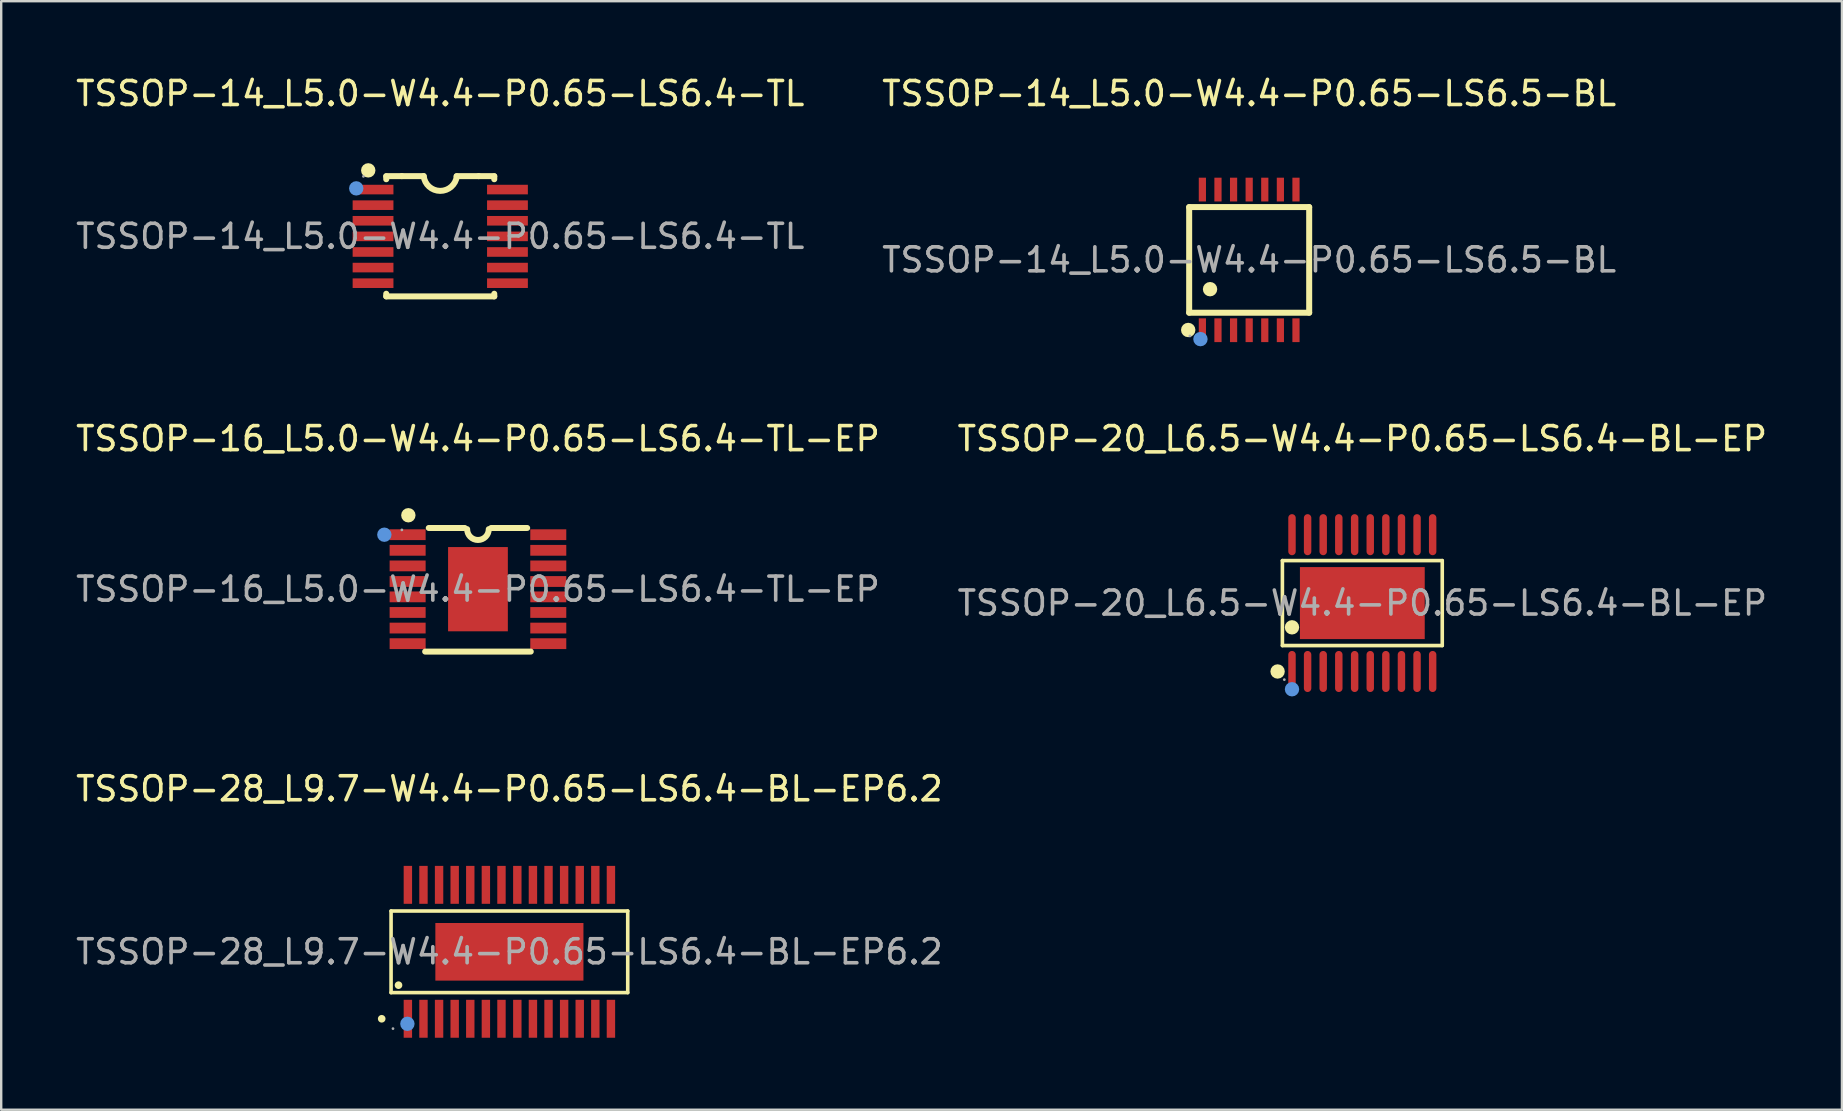
<source format=kicad_pcb>
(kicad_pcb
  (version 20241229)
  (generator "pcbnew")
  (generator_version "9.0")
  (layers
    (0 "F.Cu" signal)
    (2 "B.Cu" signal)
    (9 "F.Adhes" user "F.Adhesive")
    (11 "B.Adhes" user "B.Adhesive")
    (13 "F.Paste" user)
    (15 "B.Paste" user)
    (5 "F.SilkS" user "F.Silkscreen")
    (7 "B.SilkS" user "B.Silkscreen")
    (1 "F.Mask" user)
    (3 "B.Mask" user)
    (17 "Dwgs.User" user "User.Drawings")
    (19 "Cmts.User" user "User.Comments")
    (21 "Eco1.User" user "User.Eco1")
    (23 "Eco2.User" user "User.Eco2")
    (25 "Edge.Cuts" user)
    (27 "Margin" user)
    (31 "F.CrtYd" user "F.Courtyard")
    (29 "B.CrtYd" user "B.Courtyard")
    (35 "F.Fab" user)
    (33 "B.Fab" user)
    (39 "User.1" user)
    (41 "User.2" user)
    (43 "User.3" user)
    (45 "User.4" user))
  (footprint "TSSOP-16_L5.0-W4.4-P0.65-LS6.4-TL-EP"
    (layer "F.Cu")
    (at 16.863 21.497)
    (property "Reference" "TSSOP-16_L5.0-W4.4-P0.65-LS6.4-TL-EP" (at 0 -6.27 0) (layer "F.SilkS") (effects (font (size 1 1) (thickness 0.15))))
    (attr through_hole)
    (fp_line (start -2.05 -2.55) (end -0.55 -2.55) (stroke (width 0.25) (type solid)) (layer "F.SilkS"))
    (fp_line (start 2.05 -2.55) (end 0.55 -2.55) (stroke (width 0.25) (type solid)) (layer "F.SilkS"))
    (fp_line (start 2.2 2.6) (end -2.2 2.6) (stroke (width 0.25) (type solid)) (layer "F.SilkS"))
    (fp_arc (start 0.45 -2.5) (mid 0 -2.05) (end -0.45 -2.5) (stroke (width 0.25) (type solid)) (layer "F.SilkS"))
    (fp_circle (center -2.9 -3.08) (end -2.75 -3.08) (stroke (width 0.3) (type solid)) (fill no) (layer "F.SilkS"))
    (fp_circle (center -3.9 -2.27) (end -3.75 -2.27) (stroke (width 0.3) (type solid)) (fill no) (layer "Cmts.User"))
    (fp_circle (center -3.17 -2.47) (end -3.14 -2.47) (stroke (width 0.06) (type solid)) (fill no) (layer "F.Fab"))
    (fp_text user "${REFERENCE}" (at 0 0 0) (layer "F.Fab") (effects (font (size 1 1) (thickness 0.15))))
    (pad "1" smd rect (at -2.93 -2.27) (size 1.5 0.45) (layers "F.Cu" "F.Mask" "F.Paste"))
    (pad "2" smd rect (at -2.93 -1.62) (size 1.5 0.45) (layers "F.Cu" "F.Mask" "F.Paste"))
    (pad "3" smd rect (at -2.93 -0.97) (size 1.5 0.45) (layers "F.Cu" "F.Mask" "F.Paste"))
    (pad "4" smd rect (at -2.93 -0.32) (size 1.5 0.45) (layers "F.Cu" "F.Mask" "F.Paste"))
    (pad "5" smd rect (at -2.93 0.32) (size 1.5 0.45) (layers "F.Cu" "F.Mask" "F.Paste"))
    (pad "6" smd rect (at -2.93 0.97) (size 1.5 0.45) (layers "F.Cu" "F.Mask" "F.Paste"))
    (pad "7" smd rect (at -2.93 1.62) (size 1.5 0.45) (layers "F.Cu" "F.Mask" "F.Paste"))
    (pad "8" smd rect (at -2.93 2.27) (size 1.5 0.45) (layers "F.Cu" "F.Mask" "F.Paste"))
    (pad "9" smd rect (at 2.93 2.27) (size 1.5 0.45) (layers "F.Cu" "F.Mask" "F.Paste"))
    (pad "10" smd rect (at 2.93 1.62) (size 1.5 0.45) (layers "F.Cu" "F.Mask" "F.Paste"))
    (pad "11" smd rect (at 2.93 0.97) (size 1.5 0.45) (layers "F.Cu" "F.Mask" "F.Paste"))
    (pad "12" smd rect (at 2.93 0.32) (size 1.5 0.45) (layers "F.Cu" "F.Mask" "F.Paste"))
    (pad "13" smd rect (at 2.93 -0.32) (size 1.5 0.45) (layers "F.Cu" "F.Mask" "F.Paste"))
    (pad "14" smd rect (at 2.93 -0.97) (size 1.5 0.45) (layers "F.Cu" "F.Mask" "F.Paste"))
    (pad "15" smd rect (at 2.93 -1.62) (size 1.5 0.45) (layers "F.Cu" "F.Mask" "F.Paste"))
    (pad "16" smd rect (at 2.93 -2.27) (size 1.5 0.45) (layers "F.Cu" "F.Mask" "F.Paste"))
    (pad "17" smd rect (at 0 0) (size 2.49 3.51) (layers "F.Cu" "F.Mask" "F.Paste")))
  (footprint "TSSOP-14_L5.0-W4.4-P0.65-LS6.5-BL"
    (layer "F.Cu")
    (at 48.994 7.778)
    (property "Reference" "TSSOP-14_L5.0-W4.4-P0.65-LS6.5-BL" (at 0 -6.93 0) (layer "F.SilkS") (effects (font (size 1 1) (thickness 0.15))))
    (attr through_hole)
    (fp_line (start -2.5 2.2) (end -2.5 -2.2) (stroke (width 0.25) (type solid)) (layer "F.SilkS"))
    (fp_line (start -2.5 2.2) (end 2.5 2.2) (stroke (width 0.25) (type solid)) (layer "F.SilkS"))
    (fp_line (start 2.5 -2.2) (end -2.5 -2.2) (stroke (width 0.25) (type solid)) (layer "F.SilkS"))
    (fp_line (start 2.5 -2.2) (end 2.5 2.2) (stroke (width 0.25) (type solid)) (layer "F.SilkS"))
    (fp_circle (center -2.54 2.92) (end -2.39 2.92) (stroke (width 0.3) (type solid)) (fill no) (layer "F.SilkS"))
    (fp_circle (center -1.63 1.22) (end -1.48 1.22) (stroke (width 0.3) (type solid)) (fill no) (layer "F.SilkS"))
    (fp_circle (center -2.03 3.3) (end -1.88 3.3) (stroke (width 0.3) (type solid)) (fill no) (layer "Cmts.User"))
    (fp_circle (center -2.47 3.17) (end -2.44 3.17) (stroke (width 0.06) (type solid)) (fill no) (layer "F.Fab"))
    (fp_text user "${REFERENCE}" (at 0 0 0) (layer "F.Fab") (effects (font (size 1 1) (thickness 0.15))))
    (pad "1" smd rect (at -1.95 2.93) (size 0.3 0.99) (layers "F.Cu" "F.Mask" "F.Paste"))
    (pad "2" smd rect (at -1.3 2.93) (size 0.3 0.99) (layers "F.Cu" "F.Mask" "F.Paste"))
    (pad "3" smd rect (at -0.65 2.93) (size 0.3 0.99) (layers "F.Cu" "F.Mask" "F.Paste"))
    (pad "4" smd rect (at 0 2.93) (size 0.3 0.99) (layers "F.Cu" "F.Mask" "F.Paste"))
    (pad "5" smd rect (at 0.65 2.93) (size 0.3 0.99) (layers "F.Cu" "F.Mask" "F.Paste"))
    (pad "6" smd rect (at 1.3 2.93) (size 0.3 0.99) (layers "F.Cu" "F.Mask" "F.Paste"))
    (pad "7" smd rect (at 1.95 2.93) (size 0.3 0.99) (layers "F.Cu" "F.Mask" "F.Paste"))
    (pad "8" smd rect (at 1.95 -2.93) (size 0.3 0.99) (layers "F.Cu" "F.Mask" "F.Paste"))
    (pad "9" smd rect (at 1.3 -2.93) (size 0.3 0.99) (layers "F.Cu" "F.Mask" "F.Paste"))
    (pad "10" smd rect (at 0.65 -2.93) (size 0.3 0.99) (layers "F.Cu" "F.Mask" "F.Paste"))
    (pad "11" smd rect (at 0 -2.93) (size 0.3 0.99) (layers "F.Cu" "F.Mask" "F.Paste"))
    (pad "12" smd rect (at -0.65 -2.93) (size 0.3 0.99) (layers "F.Cu" "F.Mask" "F.Paste"))
    (pad "13" smd rect (at -1.3 -2.93) (size 0.3 0.99) (layers "F.Cu" "F.Mask" "F.Paste"))
    (pad "14" smd rect (at -1.95 -2.93) (size 0.3 0.99) (layers "F.Cu" "F.Mask" "F.Paste")))
  (footprint "TSSOP-20_L6.5-W4.4-P0.65-LS6.4-BL-EP"
    (layer "F.Cu")
    (at 53.708 22.076)
    (property "Reference" "TSSOP-20_L6.5-W4.4-P0.65-LS6.4-BL-EP" (at 0 -6.85 0) (layer "F.SilkS") (effects (font (size 1 1) (thickness 0.15))))
    (attr through_hole)
    (fp_line (start -3.33 -1.77) (end 3.33 -1.77) (stroke (width 0.15) (type solid)) (layer "F.SilkS"))
    (fp_line (start -3.33 1.77) (end -3.33 -1.77) (stroke (width 0.15) (type solid)) (layer "F.SilkS"))
    (fp_line (start 3.33 -1.77) (end 3.33 1.77) (stroke (width 0.15) (type solid)) (layer "F.SilkS"))
    (fp_line (start 3.33 1.77) (end -3.33 1.77) (stroke (width 0.15) (type solid)) (layer "F.SilkS"))
    (fp_circle (center -3.53 2.85) (end -3.38 2.85) (stroke (width 0.3) (type solid)) (fill no) (layer "F.SilkS"))
    (fp_circle (center -2.93 1.01) (end -2.78 1.01) (stroke (width 0.3) (type solid)) (fill no) (layer "F.SilkS"))
    (fp_circle (center -2.93 3.59) (end -2.78 3.59) (stroke (width 0.3) (type solid)) (fill no) (layer "Cmts.User"))
    (fp_circle (center -3.25 3.19) (end -3.22 3.19) (stroke (width 0.06) (type solid)) (fill no) (layer "F.Fab"))
    (fp_text user "${REFERENCE}" (at 0 0 0) (layer "F.Fab") (effects (font (size 1 1) (thickness 0.15))))
    (pad "1" smd oval (at -2.93 2.85) (size 0.31 1.71) (layers "F.Cu" "F.Mask" "F.Paste"))
    (pad "2" smd oval (at -2.28 2.85) (size 0.31 1.71) (layers "F.Cu" "F.Mask" "F.Paste"))
    (pad "3" smd oval (at -1.63 2.85) (size 0.31 1.71) (layers "F.Cu" "F.Mask" "F.Paste"))
    (pad "4" smd oval (at -0.98 2.85) (size 0.31 1.71) (layers "F.Cu" "F.Mask" "F.Paste"))
    (pad "5" smd oval (at -0.32 2.85) (size 0.31 1.71) (layers "F.Cu" "F.Mask" "F.Paste"))
    (pad "6" smd oval (at 0.33 2.85) (size 0.31 1.71) (layers "F.Cu" "F.Mask" "F.Paste"))
    (pad "7" smd oval (at 0.98 2.85) (size 0.31 1.71) (layers "F.Cu" "F.Mask" "F.Paste"))
    (pad "8" smd oval (at 1.63 2.85) (size 0.31 1.71) (layers "F.Cu" "F.Mask" "F.Paste"))
    (pad "9" smd oval (at 2.28 2.85) (size 0.31 1.71) (layers "F.Cu" "F.Mask" "F.Paste"))
    (pad "10" smd oval (at 2.93 2.85) (size 0.31 1.71) (layers "F.Cu" "F.Mask" "F.Paste"))
    (pad "11" smd oval (at 2.93 -2.85) (size 0.31 1.71) (layers "F.Cu" "F.Mask" "F.Paste"))
    (pad "12" smd oval (at 2.28 -2.85) (size 0.31 1.71) (layers "F.Cu" "F.Mask" "F.Paste"))
    (pad "13" smd oval (at 1.63 -2.85) (size 0.31 1.71) (layers "F.Cu" "F.Mask" "F.Paste"))
    (pad "14" smd oval (at 0.98 -2.85) (size 0.31 1.71) (layers "F.Cu" "F.Mask" "F.Paste"))
    (pad "15" smd oval (at 0.33 -2.85) (size 0.31 1.71) (layers "F.Cu" "F.Mask" "F.Paste"))
    (pad "16" smd oval (at -0.32 -2.85) (size 0.31 1.71) (layers "F.Cu" "F.Mask" "F.Paste"))
    (pad "17" smd oval (at -0.98 -2.85) (size 0.31 1.71) (layers "F.Cu" "F.Mask" "F.Paste"))
    (pad "18" smd oval (at -1.63 -2.85) (size 0.31 1.71) (layers "F.Cu" "F.Mask" "F.Paste"))
    (pad "19" smd oval (at -2.28 -2.85) (size 0.31 1.71) (layers "F.Cu" "F.Mask" "F.Paste"))
    (pad "20" smd oval (at -2.93 -2.85) (size 0.31 1.71) (layers "F.Cu" "F.Mask" "F.Paste"))
    (pad "21" smd rect (at 0 0) (size 5.2 3) (layers "F.Cu" "F.Mask" "F.Paste")))
  (footprint "TSSOP-14_L5.0-W4.4-P0.65-LS6.4-TL"
    (layer "F.Cu")
    (at 15.292 6.798)
    (property "Reference" "TSSOP-14_L5.0-W4.4-P0.65-LS6.4-TL" (at 0 -5.95 0) (layer "F.SilkS") (effects (font (size 1 1) (thickness 0.15))))
    (attr through_hole)
    (fp_line (start -2.25 -2.38) (end -2.25 -2.5) (stroke (width 0.25) (type solid)) (layer "F.SilkS"))
    (fp_line (start -2.25 2.5) (end -2.25 2.39) (stroke (width 0.25) (type solid)) (layer "F.SilkS"))
    (fp_line (start -1.6 -2.51) (end -2.25 -2.51) (stroke (width 0.25) (type solid)) (layer "F.SilkS"))
    (fp_line (start -1.6 -2.51) (end -0.69 -2.51) (stroke (width 0.25) (type solid)) (layer "F.SilkS"))
    (fp_line (start 0.68 -2.51) (end 1.6 -2.51) (stroke (width 0.25) (type solid)) (layer "F.SilkS"))
    (fp_line (start 1.6 -2.51) (end 2.25 -2.51) (stroke (width 0.25) (type solid)) (layer "F.SilkS"))
    (fp_line (start 2.25 -2.5) (end 2.25 -2.38) (stroke (width 0.25) (type solid)) (layer "F.SilkS"))
    (fp_line (start 2.25 2.39) (end 2.25 2.5) (stroke (width 0.25) (type solid)) (layer "F.SilkS"))
    (fp_line (start 2.25 2.5) (end -2.25 2.5) (stroke (width 0.25) (type solid)) (layer "F.SilkS"))
    (fp_arc (start 0.689165 -2.503103) (mid -0.003474 -1.895387) (end -0.69 -2.51) (stroke (width 0.25) (type solid)) (layer "F.SilkS"))
    (fp_circle (center -3 -2.75) (end -2.85 -2.75) (stroke (width 0.3) (type solid)) (fill no) (layer "F.SilkS"))
    (fp_circle (center -3.5 -2) (end -3.35 -2) (stroke (width 0.3) (type solid)) (fill no) (layer "Cmts.User"))
    (fp_circle (center -3.2 -2.5) (end -3.17 -2.5) (stroke (width 0.06) (type solid)) (fill no) (layer "F.Fab"))
    (fp_text user "${REFERENCE}" (at 0 0 0) (layer "F.Fab") (effects (font (size 1 1) (thickness 0.15))))
    (pad "1" smd rect (at -2.8 -1.95) (size 1.7 0.4) (layers "F.Cu" "F.Mask" "F.Paste"))
    (pad "2" smd rect (at -2.8 -1.3) (size 1.7 0.4) (layers "F.Cu" "F.Mask" "F.Paste"))
    (pad "3" smd rect (at -2.8 -0.65) (size 1.7 0.4) (layers "F.Cu" "F.Mask" "F.Paste"))
    (pad "4" smd rect (at -2.8 0) (size 1.7 0.4) (layers "F.Cu" "F.Mask" "F.Paste"))
    (pad "5" smd rect (at -2.8 0.65) (size 1.7 0.4) (layers "F.Cu" "F.Mask" "F.Paste"))
    (pad "6" smd rect (at -2.8 1.3) (size 1.7 0.4) (layers "F.Cu" "F.Mask" "F.Paste"))
    (pad "7" smd rect (at -2.8 1.95) (size 1.7 0.4) (layers "F.Cu" "F.Mask" "F.Paste"))
    (pad "8" smd rect (at 2.8 1.95) (size 1.7 0.4) (layers "F.Cu" "F.Mask" "F.Paste"))
    (pad "9" smd rect (at 2.8 1.3) (size 1.7 0.4) (layers "F.Cu" "F.Mask" "F.Paste"))
    (pad "10" smd rect (at 2.8 0.65) (size 1.7 0.4) (layers "F.Cu" "F.Mask" "F.Paste"))
    (pad "11" smd rect (at 2.8 0) (size 1.7 0.4) (layers "F.Cu" "F.Mask" "F.Paste"))
    (pad "12" smd rect (at 2.8 -0.65) (size 1.7 0.4) (layers "F.Cu" "F.Mask" "F.Paste"))
    (pad "13" smd rect (at 2.8 -1.3) (size 1.7 0.4) (layers "F.Cu" "F.Mask" "F.Paste"))
    (pad "14" smd rect (at 2.8 -1.95) (size 1.7 0.4) (layers "F.Cu" "F.Mask" "F.Paste")))
  (footprint "TSSOP-28_L9.7-W4.4-P0.65-LS6.4-BL-EP6.2"
    (layer "F.Cu")
    (at 18.173 36.605)
    (property "Reference" "TSSOP-28_L9.7-W4.4-P0.65-LS6.4-BL-EP6.2" (at 0 -6.79 0) (layer "F.SilkS") (effects (font (size 1 1) (thickness 0.15))))
    (attr through_hole)
    (fp_line (start -4.93 -1.7) (end 4.93 -1.7) (stroke (width 0.15) (type solid)) (layer "F.SilkS"))
    (fp_line (start -4.93 1.7) (end -4.93 -1.7) (stroke (width 0.15) (type solid)) (layer "F.SilkS"))
    (fp_line (start 4.93 -1.7) (end 4.93 1.7) (stroke (width 0.15) (type solid)) (layer "F.SilkS"))
    (fp_line (start 4.93 1.7) (end -4.93 1.7) (stroke (width 0.15) (type solid)) (layer "F.SilkS"))
    (fp_circle (center -5.32 2.79) (end -5.24 2.79) (stroke (width 0.16) (type solid)) (fill no) (layer "F.SilkS"))
    (fp_circle (center -4.62 1.39) (end -4.54 1.39) (stroke (width 0.16) (type solid)) (fill no) (layer "F.SilkS"))
    (fp_circle (center -4.25 3) (end -4.1 3) (stroke (width 0.3) (type solid)) (fill no) (layer "Cmts.User"))
    (fp_circle (center -4.85 3.2) (end -4.82 3.2) (stroke (width 0.06) (type solid)) (fill no) (layer "F.Fab"))
    (fp_text user "${REFERENCE}" (at 0 0 0) (layer "F.Fab") (effects (font (size 1 1) (thickness 0.15))))
    (pad "1" smd rect (at -4.23 2.79) (size 0.35 1.58) (layers "F.Cu" "F.Mask" "F.Paste"))
    (pad "2" smd rect (at -3.58 2.79) (size 0.35 1.58) (layers "F.Cu" "F.Mask" "F.Paste"))
    (pad "3" smd rect (at -2.93 2.79) (size 0.35 1.58) (layers "F.Cu" "F.Mask" "F.Paste"))
    (pad "4" smd rect (at -2.28 2.79) (size 0.35 1.58) (layers "F.Cu" "F.Mask" "F.Paste"))
    (pad "5" smd rect (at -1.63 2.79) (size 0.35 1.58) (layers "F.Cu" "F.Mask" "F.Paste"))
    (pad "6" smd rect (at -0.98 2.79) (size 0.35 1.58) (layers "F.Cu" "F.Mask" "F.Paste"))
    (pad "7" smd rect (at -0.33 2.79) (size 0.35 1.58) (layers "F.Cu" "F.Mask" "F.Paste"))
    (pad "8" smd rect (at 0.33 2.79) (size 0.35 1.58) (layers "F.Cu" "F.Mask" "F.Paste"))
    (pad "9" smd rect (at 0.98 2.79) (size 0.35 1.58) (layers "F.Cu" "F.Mask" "F.Paste"))
    (pad "10" smd rect (at 1.63 2.79) (size 0.35 1.58) (layers "F.Cu" "F.Mask" "F.Paste"))
    (pad "11" smd rect (at 2.28 2.79) (size 0.35 1.58) (layers "F.Cu" "F.Mask" "F.Paste"))
    (pad "12" smd rect (at 2.93 2.79) (size 0.35 1.58) (layers "F.Cu" "F.Mask" "F.Paste"))
    (pad "13" smd rect (at 3.58 2.79) (size 0.35 1.58) (layers "F.Cu" "F.Mask" "F.Paste"))
    (pad "14" smd rect (at 4.23 2.79) (size 0.35 1.58) (layers "F.Cu" "F.Mask" "F.Paste"))
    (pad "15" smd rect (at 4.23 -2.79) (size 0.35 1.58) (layers "F.Cu" "F.Mask" "F.Paste"))
    (pad "16" smd rect (at 3.58 -2.79) (size 0.35 1.58) (layers "F.Cu" "F.Mask" "F.Paste"))
    (pad "17" smd rect (at 2.93 -2.79) (size 0.35 1.58) (layers "F.Cu" "F.Mask" "F.Paste"))
    (pad "18" smd rect (at 2.28 -2.79) (size 0.35 1.58) (layers "F.Cu" "F.Mask" "F.Paste"))
    (pad "19" smd rect (at 1.63 -2.79) (size 0.35 1.58) (layers "F.Cu" "F.Mask" "F.Paste"))
    (pad "20" smd rect (at 0.98 -2.79) (size 0.35 1.58) (layers "F.Cu" "F.Mask" "F.Paste"))
    (pad "21" smd rect (at 0.33 -2.79) (size 0.35 1.58) (layers "F.Cu" "F.Mask" "F.Paste"))
    (pad "22" smd rect (at -0.33 -2.79) (size 0.35 1.58) (layers "F.Cu" "F.Mask" "F.Paste"))
    (pad "23" smd rect (at -0.98 -2.79) (size 0.35 1.58) (layers "F.Cu" "F.Mask" "F.Paste"))
    (pad "24" smd rect (at -1.63 -2.79) (size 0.35 1.58) (layers "F.Cu" "F.Mask" "F.Paste"))
    (pad "25" smd rect (at -2.28 -2.79) (size 0.35 1.58) (layers "F.Cu" "F.Mask" "F.Paste"))
    (pad "26" smd rect (at -2.93 -2.79) (size 0.35 1.58) (layers "F.Cu" "F.Mask" "F.Paste"))
    (pad "27" smd rect (at -3.58 -2.79) (size 0.35 1.58) (layers "F.Cu" "F.Mask" "F.Paste"))
    (pad "28" smd rect (at -4.23 -2.79) (size 0.35 1.58) (layers "F.Cu" "F.Mask" "F.Paste"))
    (pad "29" smd rect (at 0 0) (size 6.17 2.4) (layers "F.Cu" "F.Mask" "F.Paste")))
  (gr_rect
    (start -3 -3)
    (end 73.69 43.185)
    (stroke (width 0.1) (type default))
    (fill no)
    (layer "Edge.Cuts")))
</source>
